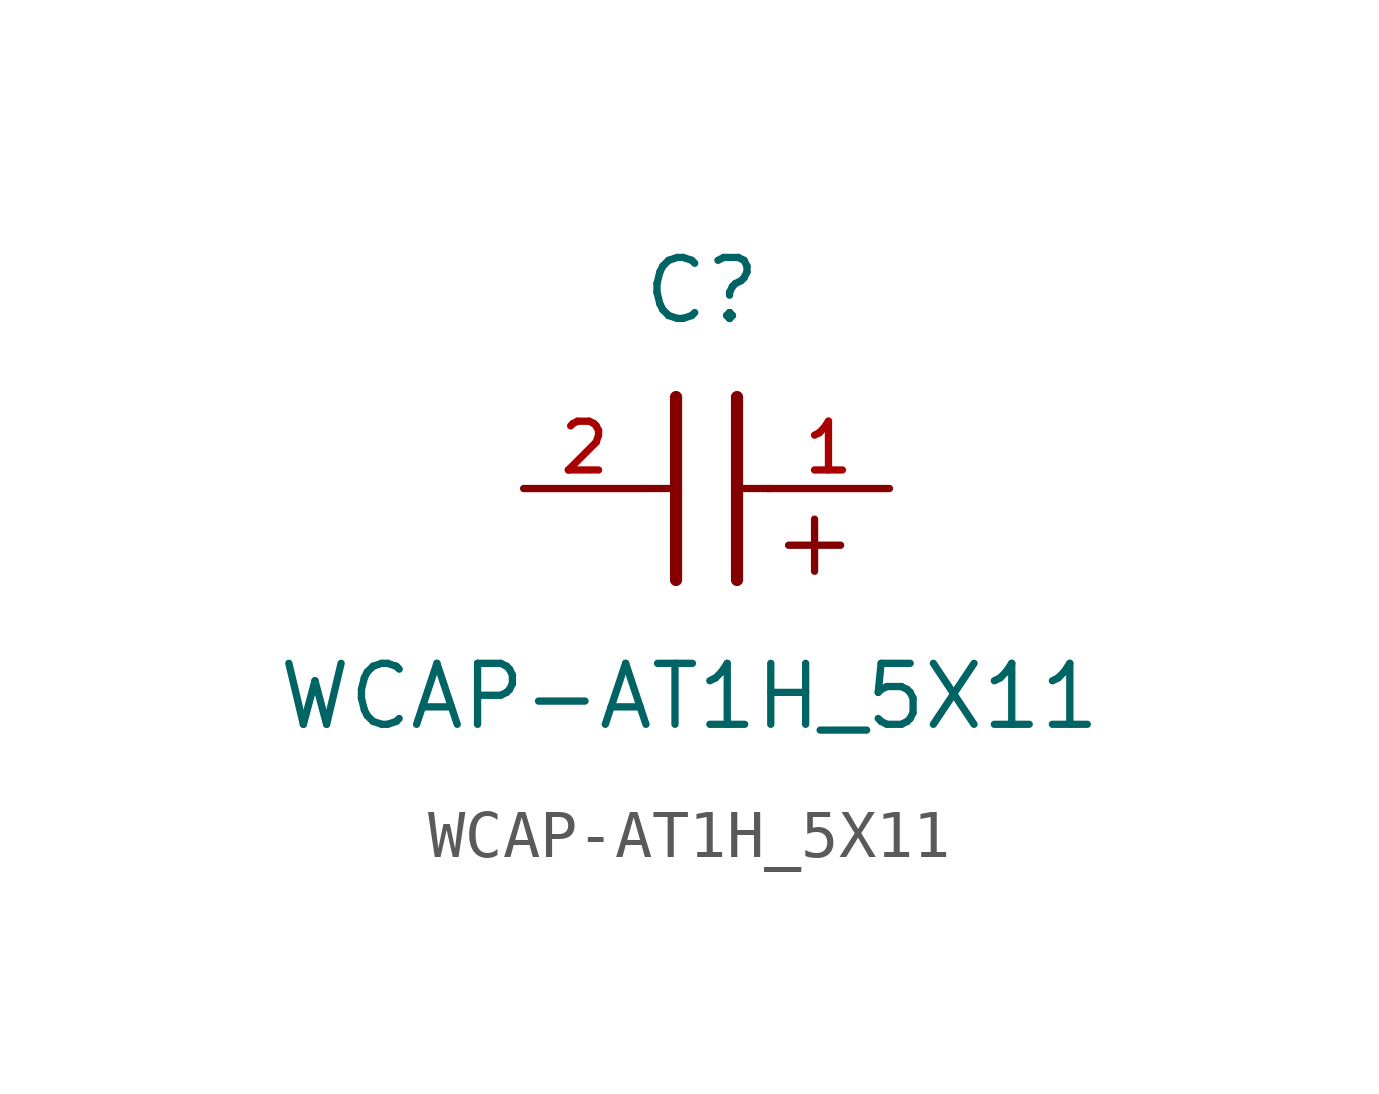
<source format=kicad_sym>
(kicad_symbol_lib
  (version 20211014)
  (generator kicad_symbol_editor)
  (symbol "WCAP-AT1H_5X11"
    (pin_names
      (offset 1.016))
    (property "Reference" "C"
      (at 1.175 3.38 0)
      (effects (font (size 1.27 1.27)) (justify bottom)))
    (property "Value" "WCAP-AT1H_5X11"
      (at 0.915 -5.075 0)
      (effects (font (size 1.27 1.27)) (justify bottom)))
    (symbol "WCAP-AT1H_5X11_0_0"
      (text "+" (at 2.54 -1.905 0) (effects (font (size 1.422 1.422)) (justify bottom left)))
      (polyline (pts (xy 1.905 1.905) (xy 1.905 -1.905)) (stroke (width 0.254)))
      (polyline (pts (xy 0.635 -1.905) (xy 0.635 1.905)) (stroke (width 0.254)))
      (polyline (pts (xy 0.0 0.0) (xy 0.643 0.0)) (stroke (width 0.152)))
      (polyline (pts (xy 1.928 0.0) (xy 2.57 0.0)) (stroke (width 0.152)))
      (pin passive line (at 5.08 0.0 180.0) (length 2.54) (name "~" (effects (font (size 1.016 1.016)))) (number "1" (effects (font (size 1.016 1.016)))))
      (pin passive line (at -2.54 0.0 0) (length 2.54) (name "~" (effects (font (size 1.016 1.016)))) (number "2" (effects (font (size 1.016 1.016))))))))
</source>
